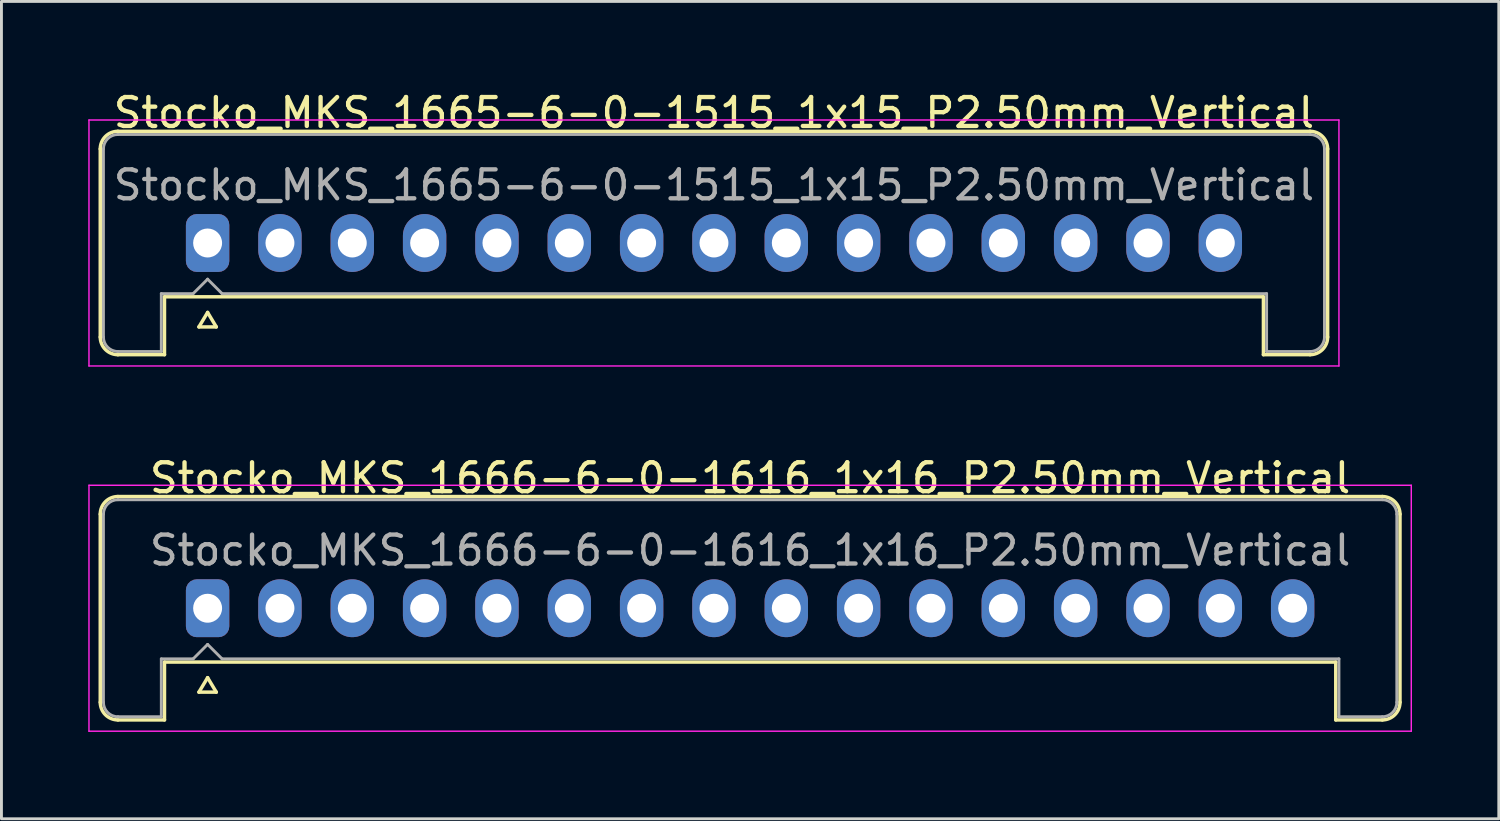
<source format=kicad_pcb>
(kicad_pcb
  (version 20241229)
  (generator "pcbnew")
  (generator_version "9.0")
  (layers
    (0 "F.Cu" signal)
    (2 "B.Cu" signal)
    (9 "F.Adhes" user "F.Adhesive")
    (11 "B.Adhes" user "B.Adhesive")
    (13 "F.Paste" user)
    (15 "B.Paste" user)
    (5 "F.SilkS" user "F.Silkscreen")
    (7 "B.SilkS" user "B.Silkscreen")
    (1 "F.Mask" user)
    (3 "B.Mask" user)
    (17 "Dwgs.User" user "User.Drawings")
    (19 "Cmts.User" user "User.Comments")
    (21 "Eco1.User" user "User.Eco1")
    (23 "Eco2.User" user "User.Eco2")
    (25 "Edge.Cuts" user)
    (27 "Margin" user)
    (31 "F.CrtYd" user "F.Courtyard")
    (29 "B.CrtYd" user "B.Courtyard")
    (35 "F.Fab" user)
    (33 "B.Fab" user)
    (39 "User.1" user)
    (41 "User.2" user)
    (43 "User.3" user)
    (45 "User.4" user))
  (footprint "Stocko_MKS_1666-6-0-1616_1x16_P2.50mm_Vertical"
    (layer "F.Cu")
    (at 4.125 17.971)
    (property "Reference" "Stocko_MKS_1666-6-0-1616_1x16_P2.50mm_Vertical" (at 18.75 -4.5 0) (layer "F.SilkS") (effects (font (size 1 1) (thickness 0.15))))
    (attr through_hole)
    (fp_line (start -3.71 -3.25) (end -3.71 3.25) (stroke (width 0.12) (type solid)) (layer "F.SilkS"))
    (fp_line (start -3.1 -3.86) (end 40.6 -3.86) (stroke (width 0.12) (type solid)) (layer "F.SilkS"))
    (fp_line (start -3.1 3.86) (end -1.49 3.86) (stroke (width 0.12) (type solid)) (layer "F.SilkS"))
    (fp_line (start -1.49 1.86) (end 38.99 1.86) (stroke (width 0.12) (type solid)) (layer "F.SilkS"))
    (fp_line (start -1.49 3.86) (end -1.49 1.86) (stroke (width 0.12) (type solid)) (layer "F.SilkS"))
    (fp_line (start -0.3 2.9) (end 0.3 2.9) (stroke (width 0.12) (type solid)) (layer "F.SilkS"))
    (fp_line (start 0 2.4) (end -0.3 2.9) (stroke (width 0.12) (type solid)) (layer "F.SilkS"))
    (fp_line (start 0.3 2.9) (end 0 2.4) (stroke (width 0.12) (type solid)) (layer "F.SilkS"))
    (fp_line (start 38.99 3.86) (end 38.99 1.86) (stroke (width 0.12) (type solid)) (layer "F.SilkS"))
    (fp_line (start 40.6 3.86) (end 38.99 3.86) (stroke (width 0.12) (type solid)) (layer "F.SilkS"))
    (fp_line (start 41.21 -3.25) (end 41.21 3.25) (stroke (width 0.12) (type solid)) (layer "F.SilkS"))
    (fp_arc (start -3.71 -3.25) (mid -3.531335 -3.681335) (end -3.1 -3.86) (stroke (width 0.12) (type solid)) (layer "F.SilkS"))
    (fp_arc (start -3.1 3.86) (mid -3.531335 3.681335) (end -3.71 3.25) (stroke (width 0.12) (type solid)) (layer "F.SilkS"))
    (fp_arc (start 40.6 -3.86) (mid 41.031335 -3.681335) (end 41.21 -3.25) (stroke (width 0.12) (type solid)) (layer "F.SilkS"))
    (fp_arc (start 41.21 3.25) (mid 41.031335 3.681335) (end 40.6 3.86) (stroke (width 0.12) (type solid)) (layer "F.SilkS"))
    (fp_line (start -4.1 -4.25) (end -4.1 4.25) (stroke (width 0.05) (type solid)) (layer "F.CrtYd"))
    (fp_line (start -4.1 4.25) (end 41.6 4.25) (stroke (width 0.05) (type solid)) (layer "F.CrtYd"))
    (fp_line (start 41.6 -4.25) (end -4.1 -4.25) (stroke (width 0.05) (type solid)) (layer "F.CrtYd"))
    (fp_line (start 41.6 4.25) (end 41.6 -4.25) (stroke (width 0.05) (type solid)) (layer "F.CrtYd"))
    (fp_line (start -3.6 -3.25) (end -3.6 3.25) (stroke (width 0.1) (type solid)) (layer "F.Fab"))
    (fp_line (start -3.1 -3.75) (end 40.6 -3.75) (stroke (width 0.1) (type solid)) (layer "F.Fab"))
    (fp_line (start -3.1 3.75) (end -1.6 3.75) (stroke (width 0.1) (type solid)) (layer "F.Fab"))
    (fp_line (start -1.6 1.75) (end -0.5 1.75) (stroke (width 0.1) (type solid)) (layer "F.Fab"))
    (fp_line (start -1.6 3.75) (end -1.6 1.75) (stroke (width 0.1) (type solid)) (layer "F.Fab"))
    (fp_line (start -0.5 1.75) (end 0 1.25) (stroke (width 0.1) (type solid)) (layer "F.Fab"))
    (fp_line (start 0 1.25) (end 0.5 1.75) (stroke (width 0.1) (type solid)) (layer "F.Fab"))
    (fp_line (start 0.5 1.75) (end 39.1 1.75) (stroke (width 0.1) (type solid)) (layer "F.Fab"))
    (fp_line (start 39.1 3.75) (end 39.1 1.75) (stroke (width 0.1) (type solid)) (layer "F.Fab"))
    (fp_line (start 40.6 3.75) (end 39.1 3.75) (stroke (width 0.1) (type solid)) (layer "F.Fab"))
    (fp_line (start 41.1 -3.25) (end 41.1 3.25) (stroke (width 0.1) (type solid)) (layer "F.Fab"))
    (fp_arc (start -3.6 -3.25) (mid -3.453553 -3.603553) (end -3.1 -3.75) (stroke (width 0.1) (type solid)) (layer "F.Fab"))
    (fp_arc (start -3.1 3.75) (mid -3.453553 3.603553) (end -3.6 3.25) (stroke (width 0.1) (type solid)) (layer "F.Fab"))
    (fp_arc (start 40.6 -3.75) (mid 40.953553 -3.603553) (end 41.1 -3.25) (stroke (width 0.1) (type solid)) (layer "F.Fab"))
    (fp_arc (start 41.1 3.25) (mid 40.953553 3.603553) (end 40.6 3.75) (stroke (width 0.1) (type solid)) (layer "F.Fab"))
    (fp_text user "${REFERENCE}" (at 18.75 -2 0) (layer "F.Fab") (effects (font (size 1 1) (thickness 0.15))))
    (pad "1" thru_hole roundrect (at 0 0) (size 1.5 2) (drill 1) (layers "*.Cu" "*.Mask") (roundrect_rratio 0.25))
    (pad "2" thru_hole oval (at 2.5 0) (size 1.5 2) (drill 1) (layers "*.Cu" "*.Mask"))
    (pad "3" thru_hole oval (at 5 0) (size 1.5 2) (drill 1) (layers "*.Cu" "*.Mask"))
    (pad "4" thru_hole oval (at 7.5 0) (size 1.5 2) (drill 1) (layers "*.Cu" "*.Mask"))
    (pad "5" thru_hole oval (at 10 0) (size 1.5 2) (drill 1) (layers "*.Cu" "*.Mask"))
    (pad "6" thru_hole oval (at 12.5 0) (size 1.5 2) (drill 1) (layers "*.Cu" "*.Mask"))
    (pad "7" thru_hole oval (at 15 0) (size 1.5 2) (drill 1) (layers "*.Cu" "*.Mask"))
    (pad "8" thru_hole oval (at 17.5 0) (size 1.5 2) (drill 1) (layers "*.Cu" "*.Mask"))
    (pad "9" thru_hole oval (at 20 0) (size 1.5 2) (drill 1) (layers "*.Cu" "*.Mask"))
    (pad "10" thru_hole oval (at 22.5 0) (size 1.5 2) (drill 1) (layers "*.Cu" "*.Mask"))
    (pad "11" thru_hole oval (at 25 0) (size 1.5 2) (drill 1) (layers "*.Cu" "*.Mask"))
    (pad "12" thru_hole oval (at 27.5 0) (size 1.5 2) (drill 1) (layers "*.Cu" "*.Mask"))
    (pad "13" thru_hole oval (at 30 0) (size 1.5 2) (drill 1) (layers "*.Cu" "*.Mask"))
    (pad "14" thru_hole oval (at 32.5 0) (size 1.5 2) (drill 1) (layers "*.Cu" "*.Mask"))
    (pad "15" thru_hole oval (at 35 0) (size 1.5 2) (drill 1) (layers "*.Cu" "*.Mask"))
    (pad "16" thru_hole oval (at 37.5 0) (size 1.5 2) (drill 1) (layers "*.Cu" "*.Mask")))
  (footprint "Stocko_MKS_1665-6-0-1515_1x15_P2.50mm_Vertical"
    (layer "F.Cu")
    (at 4.125 5.348)
    (property "Reference" "Stocko_MKS_1665-6-0-1515_1x15_P2.50mm_Vertical" (at 17.5 -4.5 0) (layer "F.SilkS") (effects (font (size 1 1) (thickness 0.15))))
    (attr through_hole)
    (fp_line (start -3.71 -3.25) (end -3.71 3.25) (stroke (width 0.12) (type solid)) (layer "F.SilkS"))
    (fp_line (start -3.1 -3.86) (end 38.1 -3.86) (stroke (width 0.12) (type solid)) (layer "F.SilkS"))
    (fp_line (start -3.1 3.86) (end -1.49 3.86) (stroke (width 0.12) (type solid)) (layer "F.SilkS"))
    (fp_line (start -1.49 1.86) (end 36.49 1.86) (stroke (width 0.12) (type solid)) (layer "F.SilkS"))
    (fp_line (start -1.49 3.86) (end -1.49 1.86) (stroke (width 0.12) (type solid)) (layer "F.SilkS"))
    (fp_line (start -0.3 2.9) (end 0.3 2.9) (stroke (width 0.12) (type solid)) (layer "F.SilkS"))
    (fp_line (start 0 2.4) (end -0.3 2.9) (stroke (width 0.12) (type solid)) (layer "F.SilkS"))
    (fp_line (start 0.3 2.9) (end 0 2.4) (stroke (width 0.12) (type solid)) (layer "F.SilkS"))
    (fp_line (start 36.49 3.86) (end 36.49 1.86) (stroke (width 0.12) (type solid)) (layer "F.SilkS"))
    (fp_line (start 38.1 3.86) (end 36.49 3.86) (stroke (width 0.12) (type solid)) (layer "F.SilkS"))
    (fp_line (start 38.71 -3.25) (end 38.71 3.25) (stroke (width 0.12) (type solid)) (layer "F.SilkS"))
    (fp_arc (start -3.71 -3.25) (mid -3.531335 -3.681335) (end -3.1 -3.86) (stroke (width 0.12) (type solid)) (layer "F.SilkS"))
    (fp_arc (start -3.1 3.86) (mid -3.531335 3.681335) (end -3.71 3.25) (stroke (width 0.12) (type solid)) (layer "F.SilkS"))
    (fp_arc (start 38.1 -3.86) (mid 38.531335 -3.681335) (end 38.71 -3.25) (stroke (width 0.12) (type solid)) (layer "F.SilkS"))
    (fp_arc (start 38.71 3.25) (mid 38.531335 3.681335) (end 38.1 3.86) (stroke (width 0.12) (type solid)) (layer "F.SilkS"))
    (fp_line (start -4.1 -4.25) (end -4.1 4.25) (stroke (width 0.05) (type solid)) (layer "F.CrtYd"))
    (fp_line (start -4.1 4.25) (end 39.1 4.25) (stroke (width 0.05) (type solid)) (layer "F.CrtYd"))
    (fp_line (start 39.1 -4.25) (end -4.1 -4.25) (stroke (width 0.05) (type solid)) (layer "F.CrtYd"))
    (fp_line (start 39.1 4.25) (end 39.1 -4.25) (stroke (width 0.05) (type solid)) (layer "F.CrtYd"))
    (fp_line (start -3.6 -3.25) (end -3.6 3.25) (stroke (width 0.1) (type solid)) (layer "F.Fab"))
    (fp_line (start -3.1 -3.75) (end 38.1 -3.75) (stroke (width 0.1) (type solid)) (layer "F.Fab"))
    (fp_line (start -3.1 3.75) (end -1.6 3.75) (stroke (width 0.1) (type solid)) (layer "F.Fab"))
    (fp_line (start -1.6 1.75) (end -0.5 1.75) (stroke (width 0.1) (type solid)) (layer "F.Fab"))
    (fp_line (start -1.6 3.75) (end -1.6 1.75) (stroke (width 0.1) (type solid)) (layer "F.Fab"))
    (fp_line (start -0.5 1.75) (end 0 1.25) (stroke (width 0.1) (type solid)) (layer "F.Fab"))
    (fp_line (start 0 1.25) (end 0.5 1.75) (stroke (width 0.1) (type solid)) (layer "F.Fab"))
    (fp_line (start 0.5 1.75) (end 36.6 1.75) (stroke (width 0.1) (type solid)) (layer "F.Fab"))
    (fp_line (start 36.6 3.75) (end 36.6 1.75) (stroke (width 0.1) (type solid)) (layer "F.Fab"))
    (fp_line (start 38.1 3.75) (end 36.6 3.75) (stroke (width 0.1) (type solid)) (layer "F.Fab"))
    (fp_line (start 38.6 -3.25) (end 38.6 3.25) (stroke (width 0.1) (type solid)) (layer "F.Fab"))
    (fp_arc (start -3.6 -3.25) (mid -3.453553 -3.603553) (end -3.1 -3.75) (stroke (width 0.1) (type solid)) (layer "F.Fab"))
    (fp_arc (start -3.1 3.75) (mid -3.453553 3.603553) (end -3.6 3.25) (stroke (width 0.1) (type solid)) (layer "F.Fab"))
    (fp_arc (start 38.1 -3.75) (mid 38.453553 -3.603553) (end 38.6 -3.25) (stroke (width 0.1) (type solid)) (layer "F.Fab"))
    (fp_arc (start 38.6 3.25) (mid 38.453553 3.603553) (end 38.1 3.75) (stroke (width 0.1) (type solid)) (layer "F.Fab"))
    (fp_text user "${REFERENCE}" (at 17.5 -2 0) (layer "F.Fab") (effects (font (size 1 1) (thickness 0.15))))
    (pad "1" thru_hole roundrect (at 0 0) (size 1.5 2) (drill 1) (layers "*.Cu" "*.Mask") (roundrect_rratio 0.25))
    (pad "2" thru_hole oval (at 2.5 0) (size 1.5 2) (drill 1) (layers "*.Cu" "*.Mask"))
    (pad "3" thru_hole oval (at 5 0) (size 1.5 2) (drill 1) (layers "*.Cu" "*.Mask"))
    (pad "4" thru_hole oval (at 7.5 0) (size 1.5 2) (drill 1) (layers "*.Cu" "*.Mask"))
    (pad "5" thru_hole oval (at 10 0) (size 1.5 2) (drill 1) (layers "*.Cu" "*.Mask"))
    (pad "6" thru_hole oval (at 12.5 0) (size 1.5 2) (drill 1) (layers "*.Cu" "*.Mask"))
    (pad "7" thru_hole oval (at 15 0) (size 1.5 2) (drill 1) (layers "*.Cu" "*.Mask"))
    (pad "8" thru_hole oval (at 17.5 0) (size 1.5 2) (drill 1) (layers "*.Cu" "*.Mask"))
    (pad "9" thru_hole oval (at 20 0) (size 1.5 2) (drill 1) (layers "*.Cu" "*.Mask"))
    (pad "10" thru_hole oval (at 22.5 0) (size 1.5 2) (drill 1) (layers "*.Cu" "*.Mask"))
    (pad "11" thru_hole oval (at 25 0) (size 1.5 2) (drill 1) (layers "*.Cu" "*.Mask"))
    (pad "12" thru_hole oval (at 27.5 0) (size 1.5 2) (drill 1) (layers "*.Cu" "*.Mask"))
    (pad "13" thru_hole oval (at 30 0) (size 1.5 2) (drill 1) (layers "*.Cu" "*.Mask"))
    (pad "14" thru_hole oval (at 32.5 0) (size 1.5 2) (drill 1) (layers "*.Cu" "*.Mask"))
    (pad "15" thru_hole oval (at 35 0) (size 1.5 2) (drill 1) (layers "*.Cu" "*.Mask")))
  (gr_rect
    (start -3 -3)
    (end 48.75 25.247)
    (stroke (width 0.1) (type default))
    (fill no)
    (layer "Edge.Cuts")))
</source>
